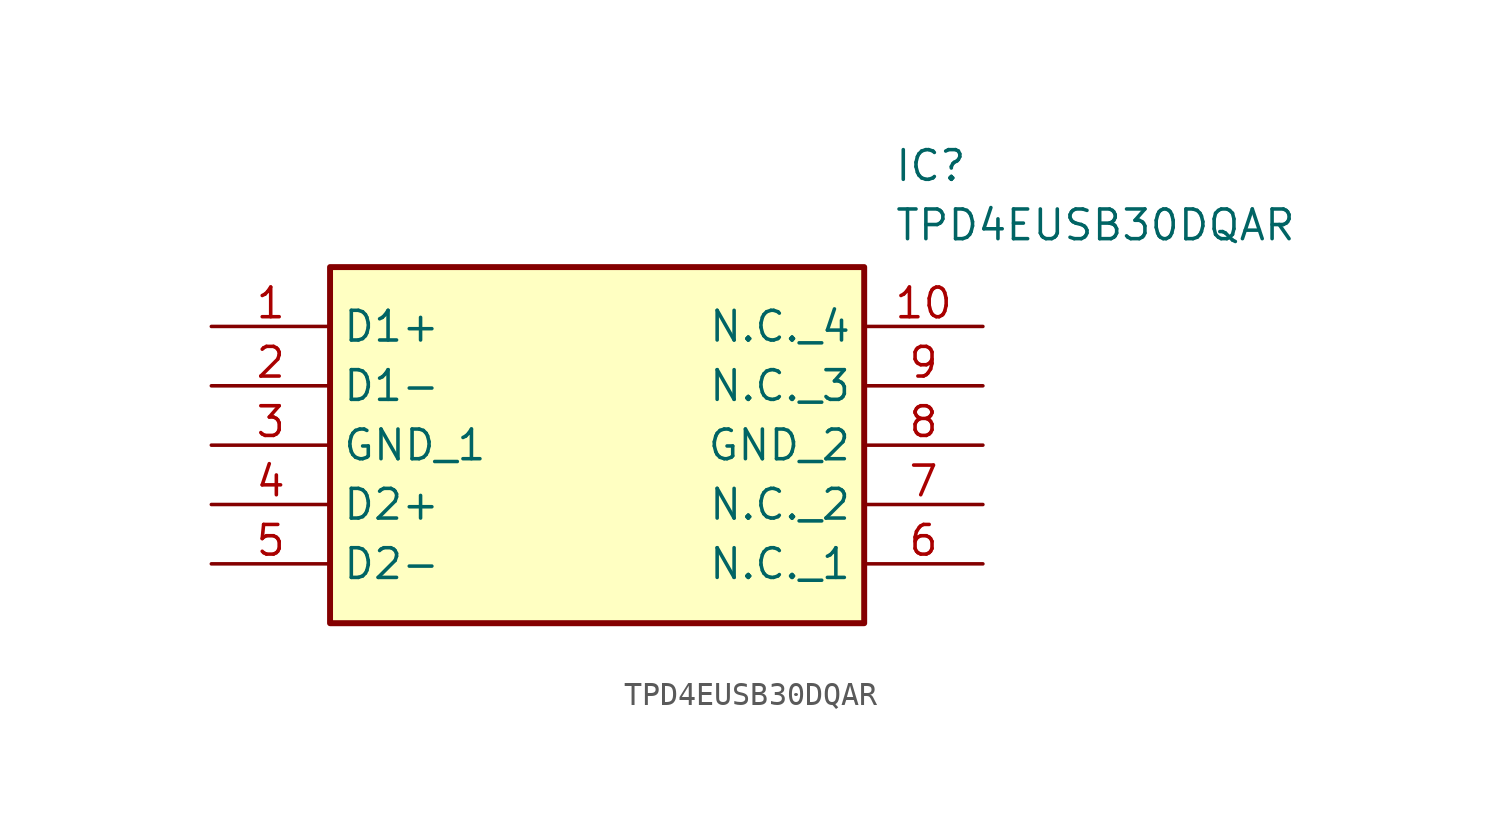
<source format=kicad_sym>
(kicad_symbol_lib
  (version 20211014)
  (generator SamacSys_ECAD_Model)
  (symbol "TPD4EUSB30DQAR"
    (property "Reference" "IC"
      (at 29.21 7.62 0)
      (effects (font (size 1.27 1.27)) (justify left top)))
    (property "Value" "TPD4EUSB30DQAR"
      (at 29.21 5.08 0)
      (effects (font (size 1.27 1.27)) (justify left top)))
    (rectangle
      (start 5.08 2.54)
      (end 27.94 -12.7)
      (stroke (width 0.254) (type default))
      (fill (type background)))
    (pin passive line
      (at 0 0 0)
      (length 5.08)
      (name "D1+" (effects (font (size 1.27 1.27))))
      (number "1" (effects (font (size 1.27 1.27)))))
    (pin passive line
      (at 0 -2.54 0)
      (length 5.08)
      (name "D1-" (effects (font (size 1.27 1.27))))
      (number "2" (effects (font (size 1.27 1.27)))))
    (pin passive line
      (at 0 -5.08 0)
      (length 5.08)
      (name "GND_1" (effects (font (size 1.27 1.27))))
      (number "3" (effects (font (size 1.27 1.27)))))
    (pin passive line
      (at 0 -7.62 0)
      (length 5.08)
      (name "D2+" (effects (font (size 1.27 1.27))))
      (number "4" (effects (font (size 1.27 1.27)))))
    (pin passive line
      (at 0 -10.16 0)
      (length 5.08)
      (name "D2-" (effects (font (size 1.27 1.27))))
      (number "5" (effects (font (size 1.27 1.27)))))
    (pin passive line
      (at 33.02 -10.16 180)
      (length 5.08)
      (name "N.C._1" (effects (font (size 1.27 1.27))))
      (number "6" (effects (font (size 1.27 1.27)))))
    (pin passive line
      (at 33.02 -7.62 180)
      (length 5.08)
      (name "N.C._2" (effects (font (size 1.27 1.27))))
      (number "7" (effects (font (size 1.27 1.27)))))
    (pin passive line
      (at 33.02 -5.08 180)
      (length 5.08)
      (name "GND_2" (effects (font (size 1.27 1.27))))
      (number "8" (effects (font (size 1.27 1.27)))))
    (pin passive line
      (at 33.02 -2.54 180)
      (length 5.08)
      (name "N.C._3" (effects (font (size 1.27 1.27))))
      (number "9" (effects (font (size 1.27 1.27)))))
    (pin passive line
      (at 33.02 0 180)
      (length 5.08)
      (name "N.C._4" (effects (font (size 1.27 1.27))))
      (number "10" (effects (font (size 1.27 1.27)))))))
</source>
